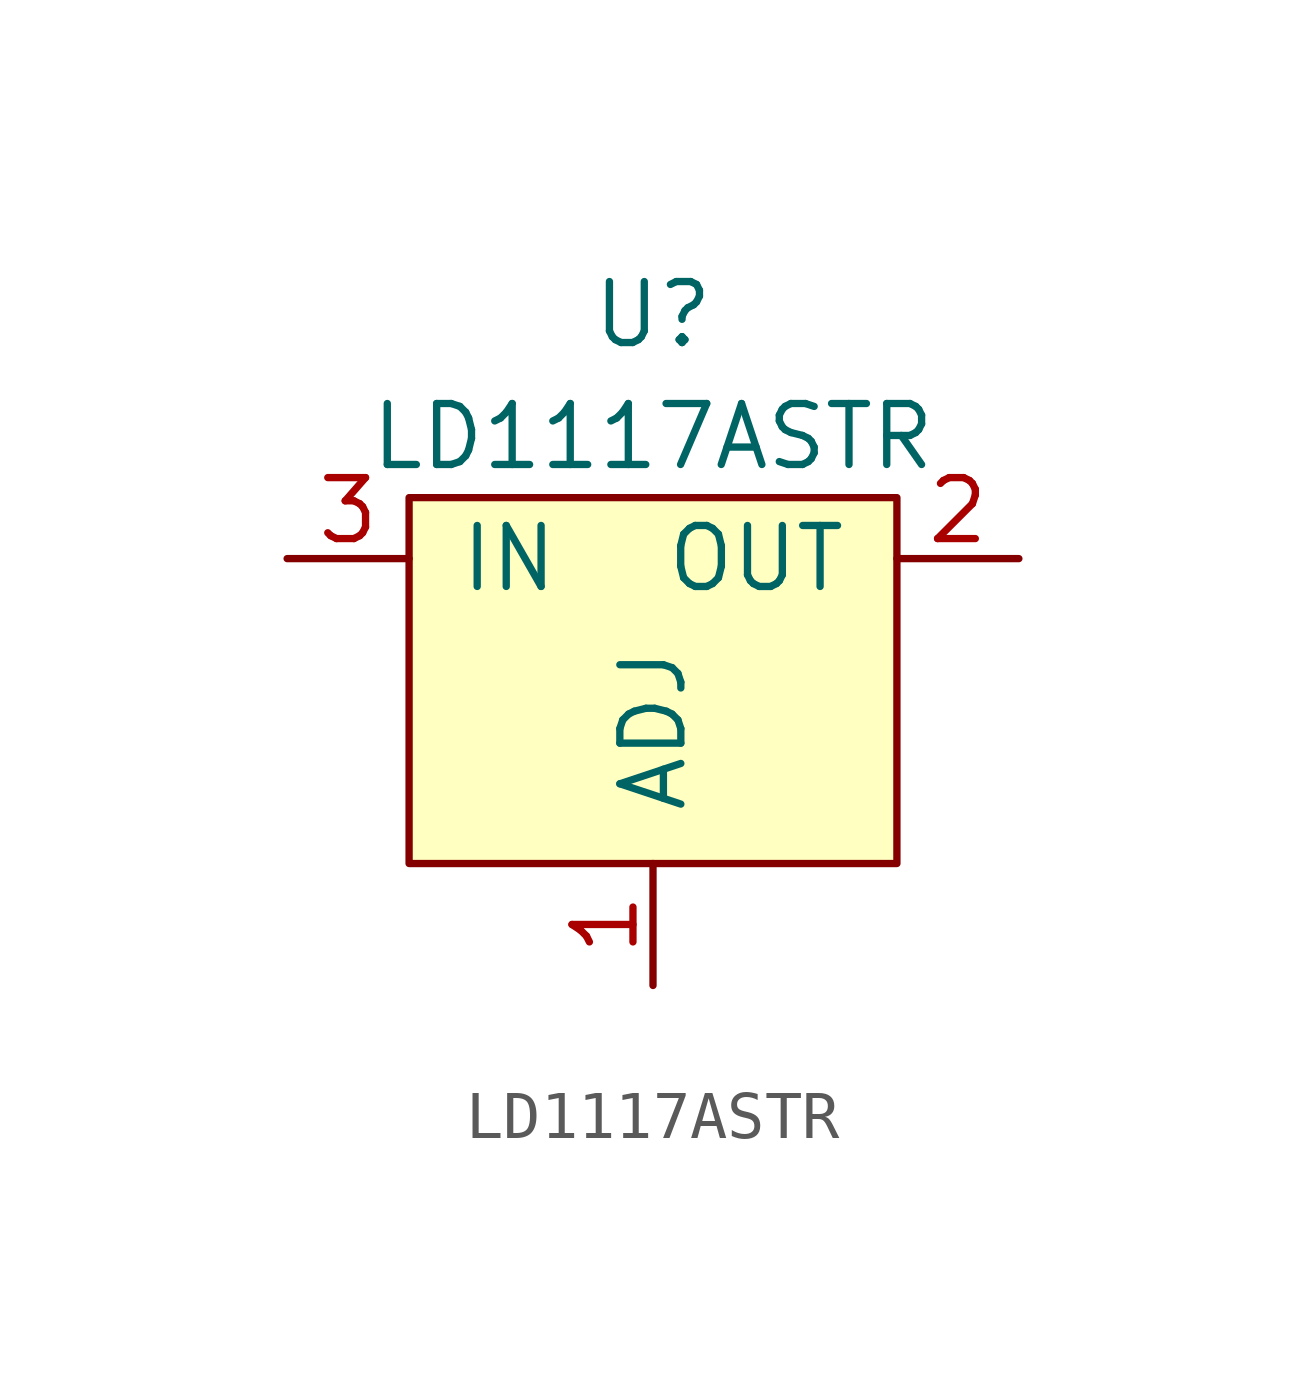
<source format=kicad_sym>
(kicad_symbol_lib
  (version 20210619)
  (generator kicad_symbol_editor)
  (symbol "Logger:LD1117ASTR"
    (pin_names
      (offset 1.016))
    (property "Reference" "U"
      (at 0 3.81 0)
      (effects (font (size 1.27 1.27))))
    (property "Value" "LD1117ASTR"
      (at 0 1.27 0)
      (effects (font (size 1.27 1.27))))
    (symbol "LD1117ASTR_0_1"
      (rectangle (start -5.08 0) (end 5.08 -7.62) (stroke (width 0)) (fill (type background))))
    (symbol "LD1117ASTR_1_1"
      (pin power_out line (at 0 -10.16 90) (length 2.54) (name "ADJ" (effects (font (size 1.27 1.27)))) (number "1" (effects (font (size 1.27 1.27)))))
      (pin power_out line (at 7.62 -1.27 180) (length 2.54) (name "OUT" (effects (font (size 1.27 1.27)))) (number "2" (effects (font (size 1.27 1.27)))))
      (pin power_in line (at -7.62 -1.27 0) (length 2.54) (name "IN" (effects (font (size 1.27 1.27)))) (number "3" (effects (font (size 1.27 1.27)))))
      (pin no_connect line (at -7.62 -5.08 0) (length 2.54) hide (name "NC" (effects (font (size 1.27 1.27)))) (number "4" (effects (font (size 1.27 1.27))))))))
</source>
